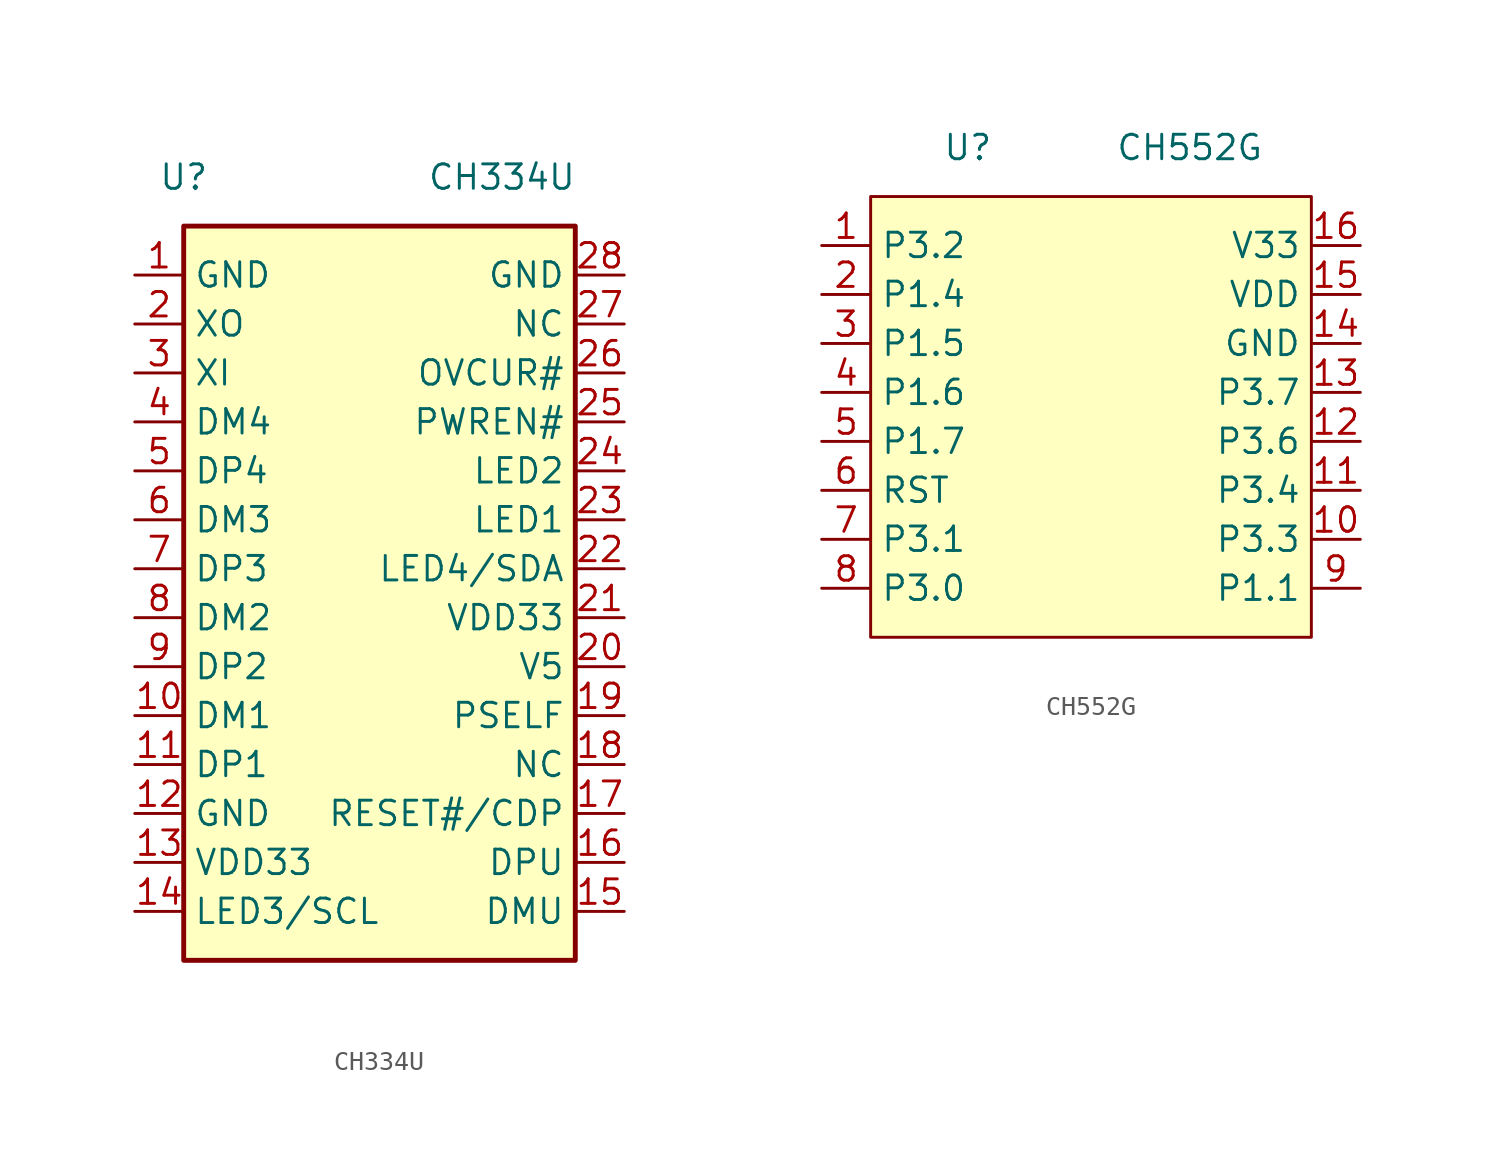
<source format=kicad_sym>
(kicad_symbol_lib
  (version 20211014)
  (generator kicad_symbol_editor)
  (symbol "CH334U"
    (property "Reference" "U"
      (at -10.16 22.86 0)
      (effects (font (size 1.27 1.27))))
    (property "Value" "CH334U"
      (at 6.35 22.86 0)
      (effects (font (size 1.27 1.27))))
    (symbol "CH334U_1_1"
      (rectangle (start -10.16 20.32) (end 10.16 -17.78) (stroke (width 0.254) (type default) (color 0 0 0 0)) (fill (type background)))
      (pin power_in line (at -12.7 17.78 0) (length 2.54) (name "GND" (effects (font (size 1.27 1.27)))) (number "1" (effects (font (size 1.27 1.27)))))
      (pin input line (at -12.7 -5.08 0) (length 2.54) (name "DM1" (effects (font (size 1.27 1.27)))) (number "10" (effects (font (size 1.27 1.27)))))
      (pin input line (at -12.7 -7.62 0) (length 2.54) (name "DP1" (effects (font (size 1.27 1.27)))) (number "11" (effects (font (size 1.27 1.27)))))
      (pin power_in line (at -12.7 -10.16 0) (length 2.54) (name "GND" (effects (font (size 1.27 1.27)))) (number "12" (effects (font (size 1.27 1.27)))))
      (pin passive line (at -12.7 -12.7 0) (length 2.54) (name "VDD33" (effects (font (size 1.27 1.27)))) (number "13" (effects (font (size 1.27 1.27)))))
      (pin output line (at -12.7 -15.24 0) (length 2.54) (name "LED3/SCL" (effects (font (size 1.27 1.27)))) (number "14" (effects (font (size 1.27 1.27)))))
      (pin passive line (at 12.7 -15.24 180) (length 2.54) (name "DMU" (effects (font (size 1.27 1.27)))) (number "15" (effects (font (size 1.27 1.27)))))
      (pin passive line (at 12.7 -12.7 180) (length 2.54) (name "DPU" (effects (font (size 1.27 1.27)))) (number "16" (effects (font (size 1.27 1.27)))))
      (pin passive line (at 12.7 -10.16 180) (length 2.54) (name "RESET#/CDP" (effects (font (size 1.27 1.27)))) (number "17" (effects (font (size 1.27 1.27)))))
      (pin free line (at 12.7 -7.62 180) (length 2.54) (name "NC" (effects (font (size 1.27 1.27)))) (number "18" (effects (font (size 1.27 1.27)))))
      (pin passive line (at 12.7 -5.08 180) (length 2.54) (name "PSELF" (effects (font (size 1.27 1.27)))) (number "19" (effects (font (size 1.27 1.27)))))
      (pin output line (at -12.7 15.24 0) (length 2.54) (name "XO" (effects (font (size 1.27 1.27)))) (number "2" (effects (font (size 1.27 1.27)))))
      (pin power_in line (at 12.7 -2.54 180) (length 2.54) (name "V5" (effects (font (size 1.27 1.27)))) (number "20" (effects (font (size 1.27 1.27)))))
      (pin passive line (at 12.7 0 180) (length 2.54) (name "VDD33" (effects (font (size 1.27 1.27)))) (number "21" (effects (font (size 1.27 1.27)))))
      (pin output line (at 12.7 2.54 180) (length 2.54) (name "LED4/SDA" (effects (font (size 1.27 1.27)))) (number "22" (effects (font (size 1.27 1.27)))))
      (pin output line (at 12.7 5.08 180) (length 2.54) (name "LED1" (effects (font (size 1.27 1.27)))) (number "23" (effects (font (size 1.27 1.27)))))
      (pin output line (at 12.7 7.62 180) (length 2.54) (name "LED2" (effects (font (size 1.27 1.27)))) (number "24" (effects (font (size 1.27 1.27)))))
      (pin passive line (at 12.7 10.16 180) (length 2.54) (name "PWREN#" (effects (font (size 1.27 1.27)))) (number "25" (effects (font (size 1.27 1.27)))))
      (pin passive line (at 12.7 12.7 180) (length 2.54) (name "OVCUR#" (effects (font (size 1.27 1.27)))) (number "26" (effects (font (size 1.27 1.27)))))
      (pin free line (at 12.7 15.24 180) (length 2.54) (name "NC" (effects (font (size 1.27 1.27)))) (number "27" (effects (font (size 1.27 1.27)))))
      (pin power_in line (at 12.7 17.78 180) (length 2.54) (name "GND" (effects (font (size 1.27 1.27)))) (number "28" (effects (font (size 1.27 1.27)))))
      (pin input line (at -12.7 12.7 0) (length 2.54) (name "XI" (effects (font (size 1.27 1.27)))) (number "3" (effects (font (size 1.27 1.27)))))
      (pin input line (at -12.7 10.16 0) (length 2.54) (name "DM4" (effects (font (size 1.27 1.27)))) (number "4" (effects (font (size 1.27 1.27)))))
      (pin input line (at -12.7 7.62 0) (length 2.54) (name "DP4" (effects (font (size 1.27 1.27)))) (number "5" (effects (font (size 1.27 1.27)))))
      (pin input line (at -12.7 5.08 0) (length 2.54) (name "DM3" (effects (font (size 1.27 1.27)))) (number "6" (effects (font (size 1.27 1.27)))))
      (pin input line (at -12.7 2.54 0) (length 2.54) (name "DP3" (effects (font (size 1.27 1.27)))) (number "7" (effects (font (size 1.27 1.27)))))
      (pin input line (at -12.7 0 0) (length 2.54) (name "DM2" (effects (font (size 1.27 1.27)))) (number "8" (effects (font (size 1.27 1.27)))))
      (pin input line (at -12.7 -2.54 0) (length 2.54) (name "DP2" (effects (font (size 1.27 1.27)))) (number "9" (effects (font (size 1.27 1.27)))))))
  (symbol "CH552G"
    (property "Reference" "U"
      (at -5.08 13.97 0)
      (effects (font (size 1.27 1.27)) (justify right)))
    (property "Value" "CH552G"
      (at 1.27 13.97 0)
      (effects (font (size 1.27 1.27)) (justify left)))
    (symbol "CH552G_0_1"
      (rectangle (start -11.43 11.43) (end 11.43 -11.43) (stroke (width 0) (type default) (color 0 0 0 0)) (fill (type background))))
    (symbol "CH552G_1_1"
      (pin passive line (at -13.97 8.89 0) (length 2.54) (name "P3.2" (effects (font (size 1.27 1.27)))) (number "1" (effects (font (size 1.27 1.27)))))
      (pin passive line (at 13.97 -6.35 180) (length 2.54) (name "P3.3" (effects (font (size 1.27 1.27)))) (number "10" (effects (font (size 1.27 1.27)))))
      (pin passive line (at 13.97 -3.81 180) (length 2.54) (name "P3.4" (effects (font (size 1.27 1.27)))) (number "11" (effects (font (size 1.27 1.27)))))
      (pin passive line (at 13.97 -1.27 180) (length 2.54) (name "P3.6" (effects (font (size 1.27 1.27)))) (number "12" (effects (font (size 1.27 1.27)))))
      (pin passive line (at 13.97 1.27 180) (length 2.54) (name "P3.7" (effects (font (size 1.27 1.27)))) (number "13" (effects (font (size 1.27 1.27)))))
      (pin power_in line (at 13.97 3.81 180) (length 2.54) (name "GND" (effects (font (size 1.27 1.27)))) (number "14" (effects (font (size 1.27 1.27)))))
      (pin power_in line (at 13.97 6.35 180) (length 2.54) (name "VDD" (effects (font (size 1.27 1.27)))) (number "15" (effects (font (size 1.27 1.27)))))
      (pin power_out line (at 13.97 8.89 180) (length 2.54) (name "V33" (effects (font (size 1.27 1.27)))) (number "16" (effects (font (size 1.27 1.27)))))
      (pin passive line (at -13.97 6.35 0) (length 2.54) (name "P1.4" (effects (font (size 1.27 1.27)))) (number "2" (effects (font (size 1.27 1.27)))))
      (pin passive line (at -13.97 3.81 0) (length 2.54) (name "P1.5" (effects (font (size 1.27 1.27)))) (number "3" (effects (font (size 1.27 1.27)))))
      (pin passive line (at -13.97 1.27 0) (length 2.54) (name "P1.6" (effects (font (size 1.27 1.27)))) (number "4" (effects (font (size 1.27 1.27)))))
      (pin passive line (at -13.97 -1.27 0) (length 2.54) (name "P1.7" (effects (font (size 1.27 1.27)))) (number "5" (effects (font (size 1.27 1.27)))))
      (pin passive line (at -13.97 -3.81 0) (length 2.54) (name "RST" (effects (font (size 1.27 1.27)))) (number "6" (effects (font (size 1.27 1.27)))))
      (pin passive line (at -13.97 -6.35 0) (length 2.54) (name "P3.1" (effects (font (size 1.27 1.27)))) (number "7" (effects (font (size 1.27 1.27)))))
      (pin passive line (at -13.97 -8.89 0) (length 2.54) (name "P3.0" (effects (font (size 1.27 1.27)))) (number "8" (effects (font (size 1.27 1.27)))))
      (pin passive line (at 13.97 -8.89 180) (length 2.54) (name "P1.1" (effects (font (size 1.27 1.27)))) (number "9" (effects (font (size 1.27 1.27))))))))
</source>
